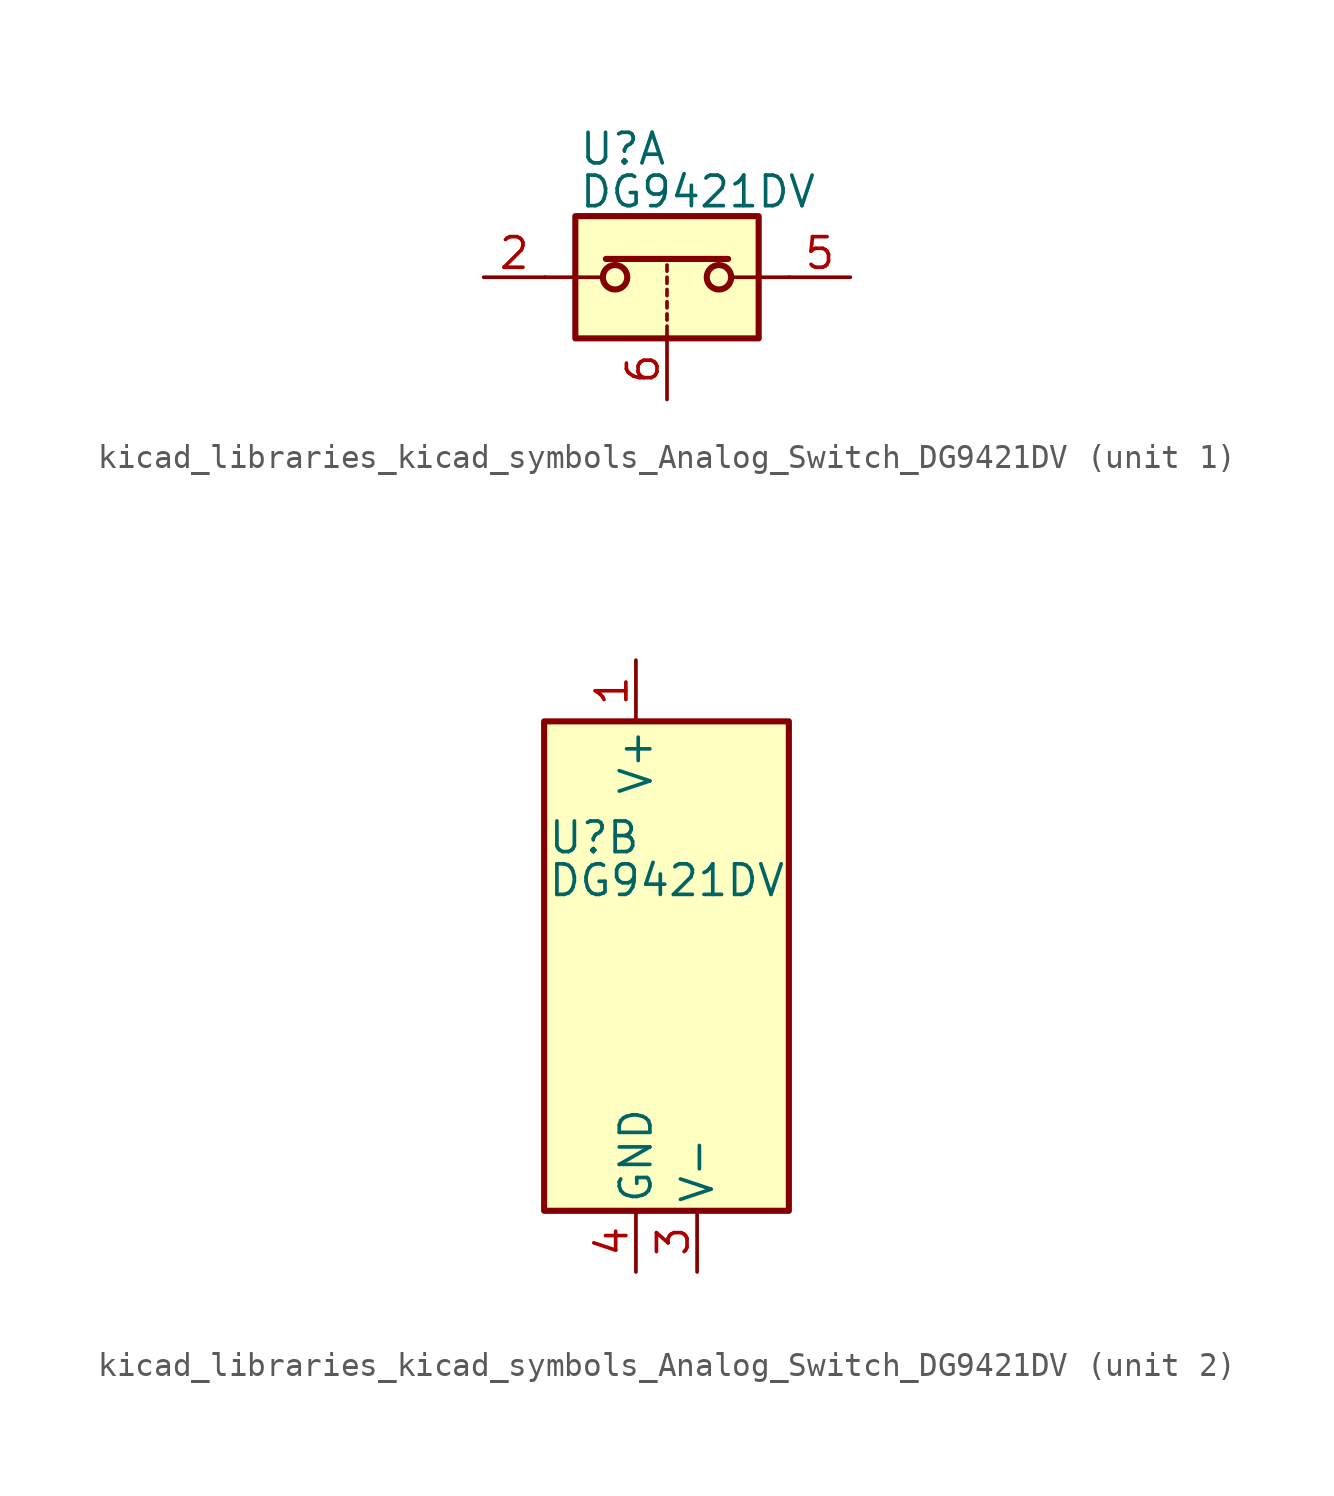
<source format=kicad_sym>
(kicad_symbol_lib
  (version 20220914)
  (generator kicad_symbol_editor)
  (symbol "kicad_libraries_kicad_symbols_Analog_Switch_DG9421DV"
    (pin_names
      (offset 0.254))
    (property "Reference" "U"
      (at -3.683 5.334 0)
      (effects (font (size 1.27 1.27)) (justify left)))
    (property "Value" "DG9421DV"
      (at -3.683 3.556 0)
      (effects (font (size 1.27 1.27)) (justify left)))
    (symbol "kicad_libraries_kicad_symbols_Analog_Switch_DG9421DV_1_1"
      (rectangle (start -3.81 2.54) (end 3.81 -2.54) (stroke (width 0.254) (type default)) (fill (type background)))
      (circle (center -2.159 0) (radius 0.508) (stroke (width 0.254) (type default)) (fill (type none)))
      (polyline (pts (xy -5.08 0) (xy -2.794 0)) (stroke (width 0) (type default)) (fill (type none)))
      (polyline (pts (xy -2.54 0.762) (xy 2.54 0.762)) (stroke (width 0.254) (type default)) (fill (type none)))
      (polyline (pts (xy 0 -2.54) (xy 0 -2.032)) (stroke (width 0) (type default)) (fill (type none)))
      (polyline (pts (xy 0 -1.778) (xy 0 -1.524)) (stroke (width 0) (type default)) (fill (type none)))
      (polyline (pts (xy 0 -1.27) (xy 0 -1.016)) (stroke (width 0) (type default)) (fill (type none)))
      (polyline (pts (xy 0 -0.762) (xy 0 -0.508)) (stroke (width 0) (type default)) (fill (type none)))
      (polyline (pts (xy 0 -0.254) (xy 0 0)) (stroke (width 0) (type default)) (fill (type none)))
      (polyline (pts (xy 0 0.254) (xy 0 0.508)) (stroke (width 0) (type default)) (fill (type none)))
      (polyline (pts (xy 5.08 0) (xy 2.794 0)) (stroke (width 0) (type default)) (fill (type none)))
      (circle (center 2.159 0) (radius 0.508) (stroke (width 0.254) (type default)) (fill (type none)))
      (pin passive line (at -7.62 0 0) (length 2.54) (name "~" (effects (font (size 1.27 1.27)))) (number "2" (effects (font (size 1.27 1.27)))))
      (pin passive line (at 7.62 0 180) (length 2.54) (name "~" (effects (font (size 1.27 1.27)))) (number "5" (effects (font (size 1.27 1.27)))))
      (pin input line (at 0 -5.08 90) (length 2.54) (name "~" (effects (font (size 1.27 1.27)))) (number "6" (effects (font (size 1.27 1.27))))))
    (symbol "kicad_libraries_kicad_symbols_Analog_Switch_DG9421DV_2_0"
      (pin power_in line (at 0 12.7 270) (length 2.54) (name "V+" (effects (font (size 1.27 1.27)))) (number "1" (effects (font (size 1.27 1.27)))))
      (pin power_in line (at 2.54 -12.7 90) (length 2.54) (name "V-" (effects (font (size 1.27 1.27)))) (number "3" (effects (font (size 1.27 1.27)))))
      (pin power_in line (at 0 -12.7 90) (length 2.54) (name "GND" (effects (font (size 1.27 1.27)))) (number "4" (effects (font (size 1.27 1.27))))))
    (symbol "kicad_libraries_kicad_symbols_Analog_Switch_DG9421DV_2_1"
      (rectangle (start -3.81 10.16) (end 6.35 -10.16) (stroke (width 0.254) (type default)) (fill (type background))))))
</source>
